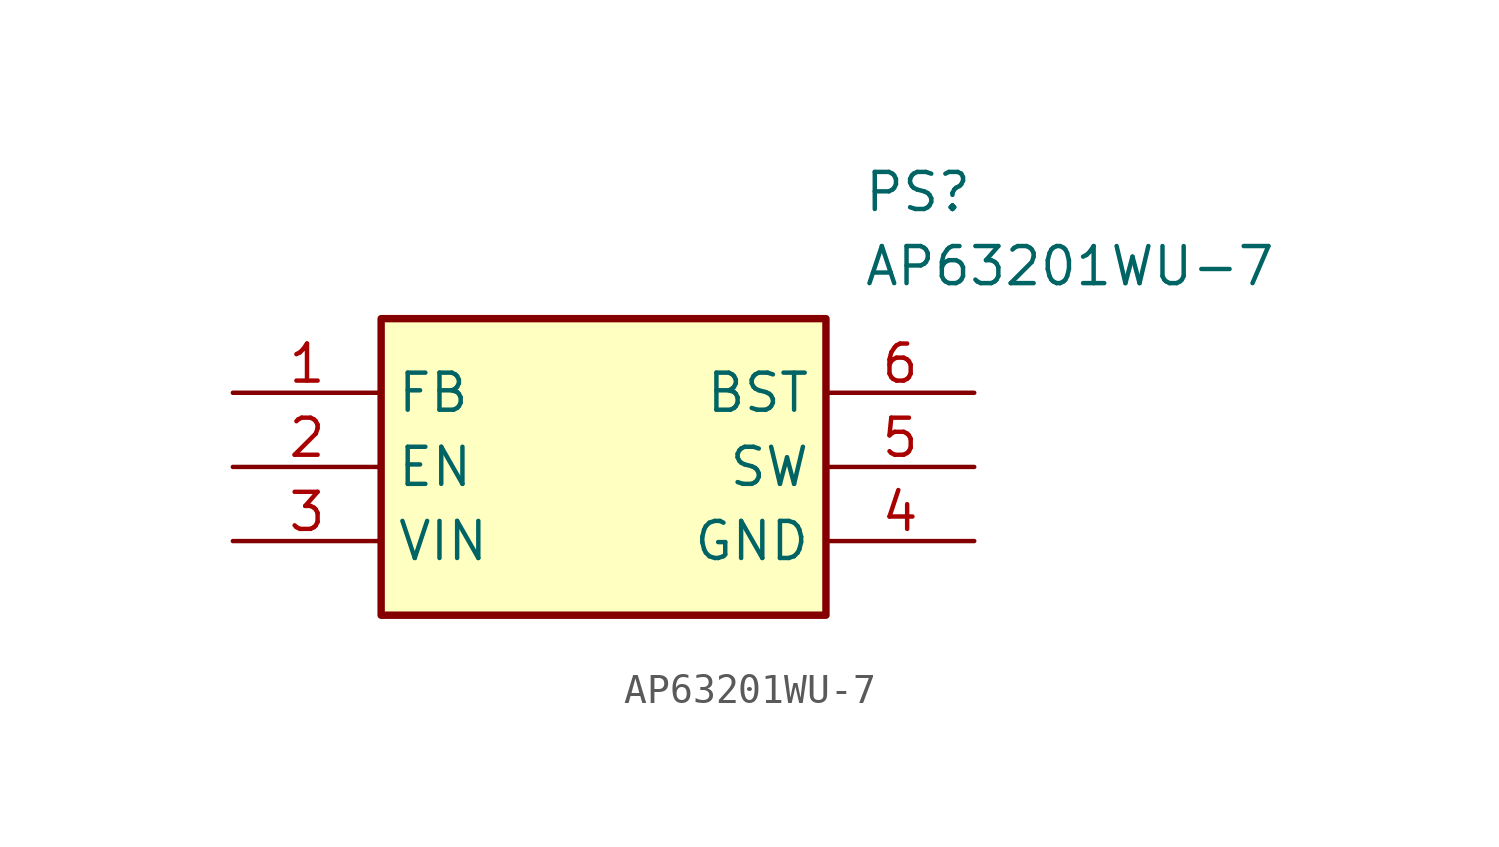
<source format=kicad_sym>
(kicad_symbol_lib
  (version 20220914)
  (generator SamacSys_ECAD_Model)
  (symbol "AP63201WU-7"
    (property "Reference" "PS"
      (at 21.59 7.62 0)
      (effects (font (size 1.27 1.27)) (justify left top)))
    (property "Value" "AP63201WU-7"
      (at 21.59 5.08 0)
      (effects (font (size 1.27 1.27)) (justify left top)))
    (rectangle
      (start 5.08 2.54)
      (end 20.32 -7.62)
      (stroke (width 0.254) (type default))
      (fill (type background)))
    (pin passive line
      (at 0 0 0)
      (length 5.08)
      (name "FB" (effects (font (size 1.27 1.27))))
      (number "1" (effects (font (size 1.27 1.27)))))
    (pin passive line
      (at 0 -2.54 0)
      (length 5.08)
      (name "EN" (effects (font (size 1.27 1.27))))
      (number "2" (effects (font (size 1.27 1.27)))))
    (pin passive line
      (at 0 -5.08 0)
      (length 5.08)
      (name "VIN" (effects (font (size 1.27 1.27))))
      (number "3" (effects (font (size 1.27 1.27)))))
    (pin passive line
      (at 25.4 0 180)
      (length 5.08)
      (name "BST" (effects (font (size 1.27 1.27))))
      (number "6" (effects (font (size 1.27 1.27)))))
    (pin passive line
      (at 25.4 -2.54 180)
      (length 5.08)
      (name "SW" (effects (font (size 1.27 1.27))))
      (number "5" (effects (font (size 1.27 1.27)))))
    (pin passive line
      (at 25.4 -5.08 180)
      (length 5.08)
      (name "GND" (effects (font (size 1.27 1.27))))
      (number "4" (effects (font (size 1.27 1.27)))))))
</source>
